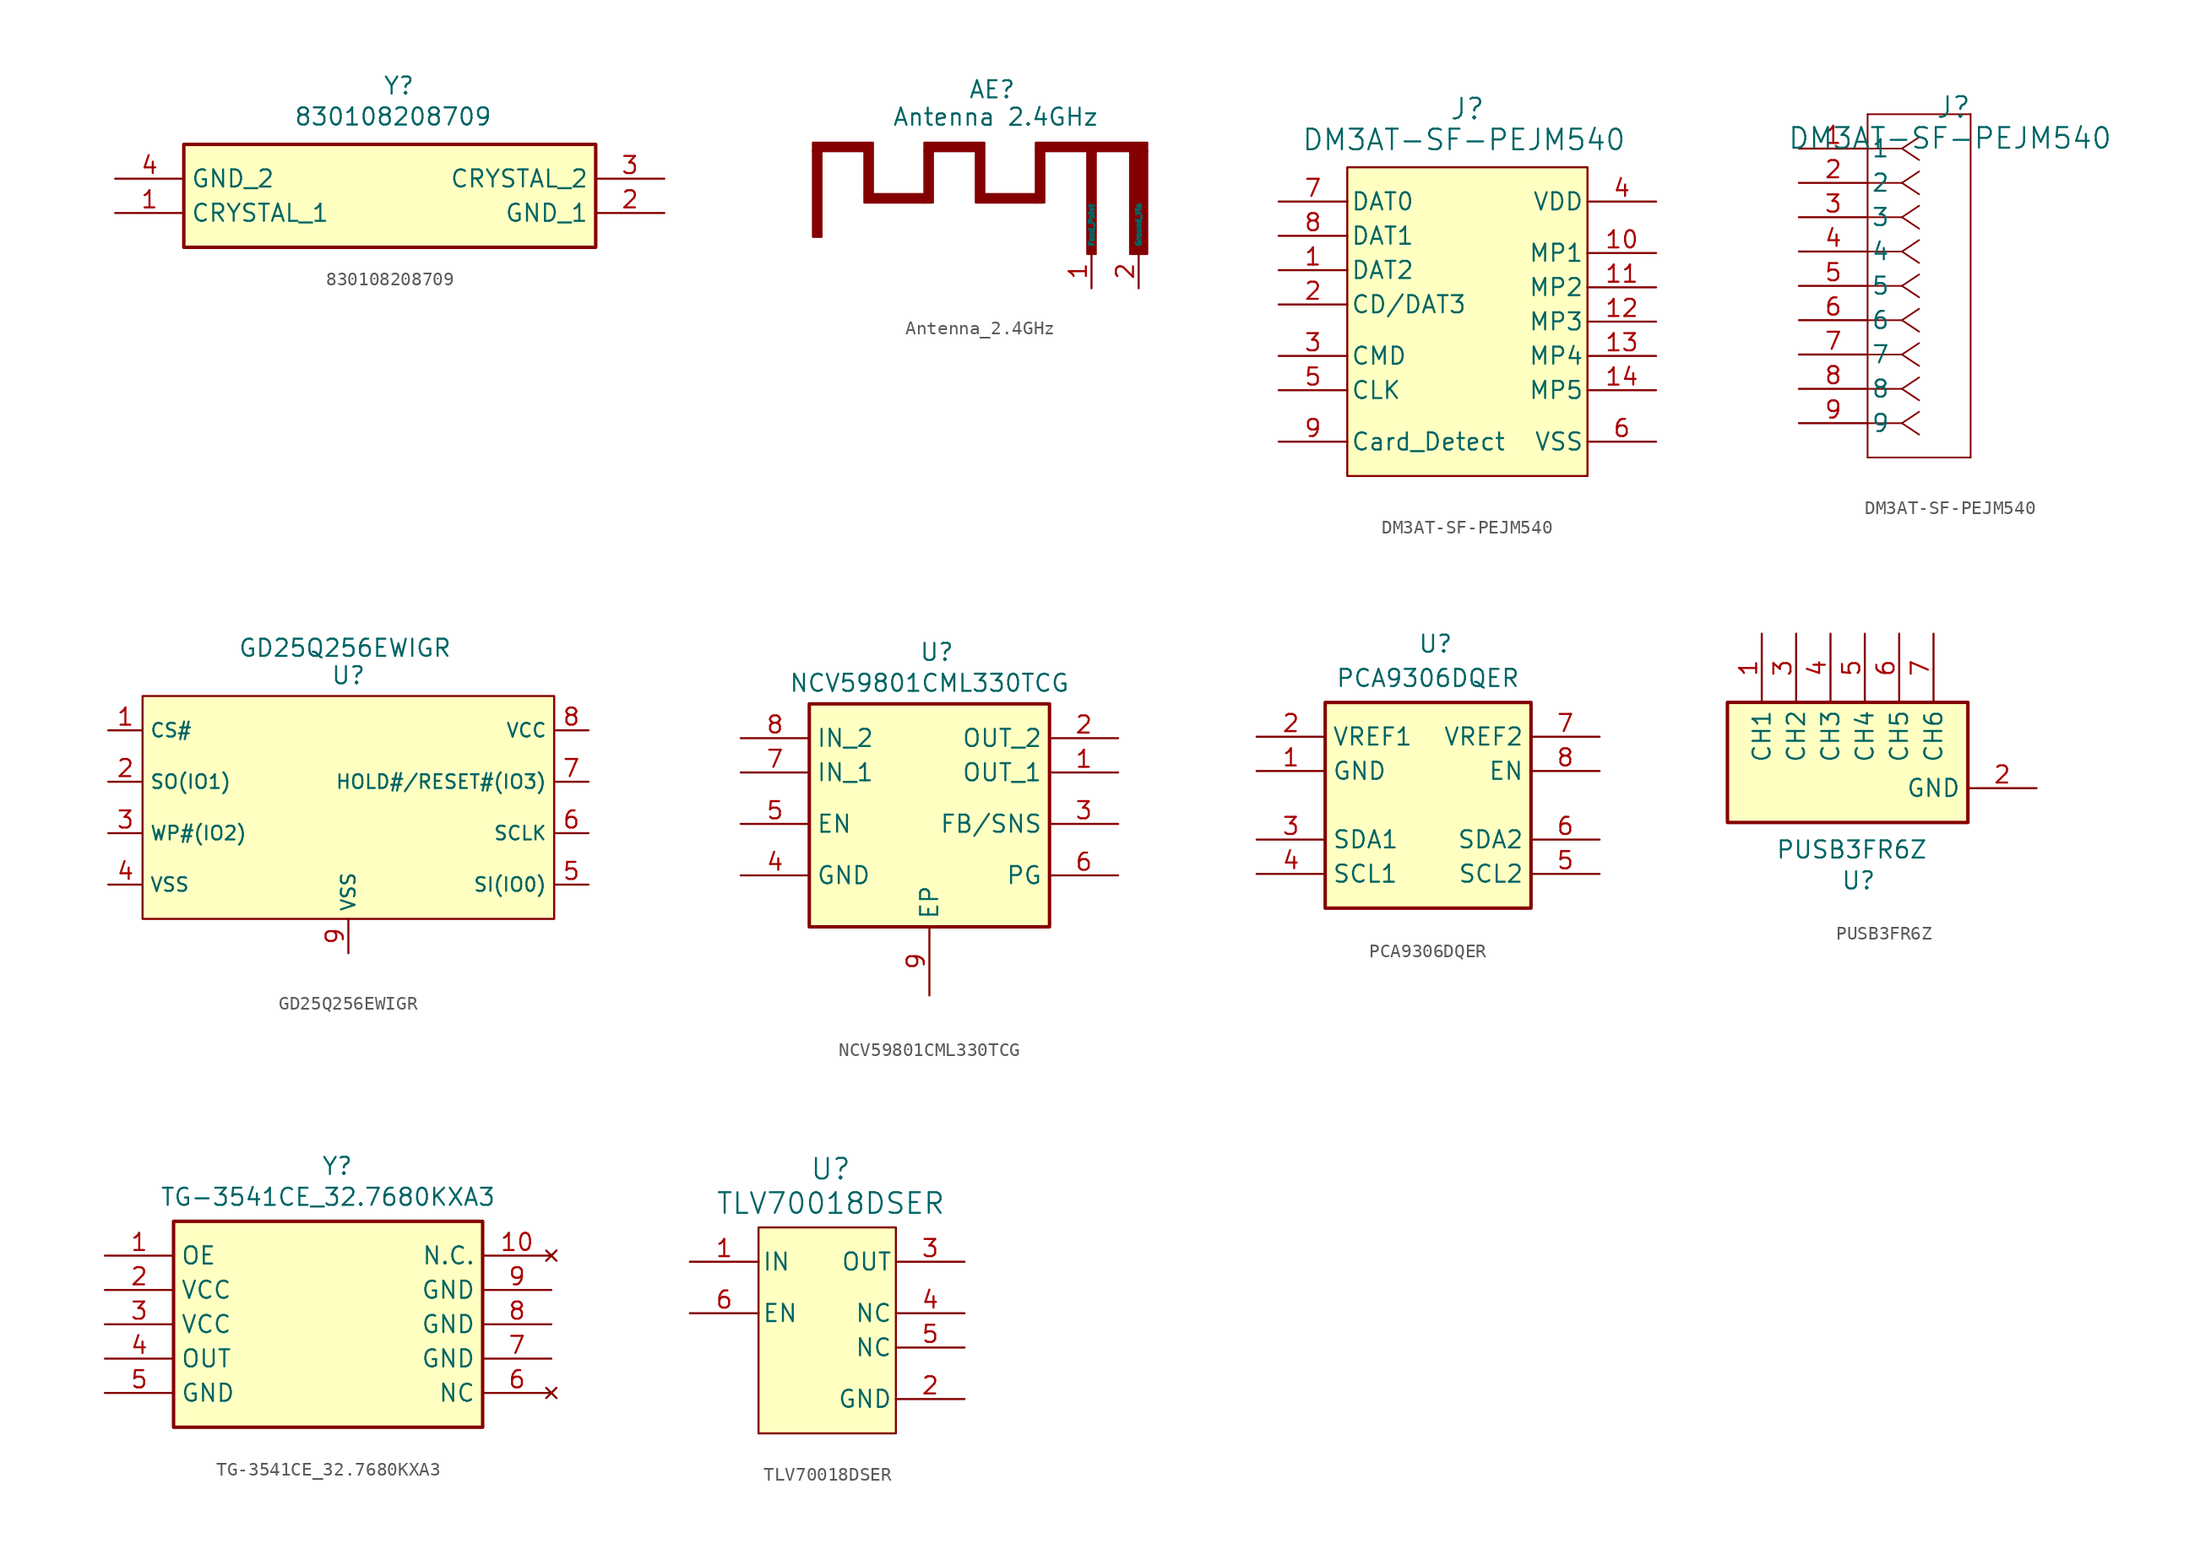
<source format=kicad_sym>
(kicad_symbol_lib
  (version 20231120)
  (generator "kicad_symbol_editor")
  (generator_version "8.0")
  (symbol "830108208709"
    (property "Reference" "Y"
      (at 19.812 7.62 0)
      (effects (font (size 1.27 1.27)) (justify left top)))
    (property "Value" "830108208709"
      (at 13.208 5.334 0)
      (effects (font (size 1.27 1.27)) (justify left top)))
    (symbol "830108208709_1_1"
      (rectangle (start 5.08 2.54) (end 35.56 -5.08) (stroke (width 0.254) (type default)) (fill (type background)))
      (pin passive line (at 0 -2.54 0) (length 5.08) (name "CRYSTAL_1" (effects (font (size 1.27 1.27)))) (number "1" (effects (font (size 1.27 1.27)))))
      (pin passive line (at 40.64 -2.54 180) (length 5.08) (name "GND_1" (effects (font (size 1.27 1.27)))) (number "2" (effects (font (size 1.27 1.27)))))
      (pin passive line (at 40.64 0 180) (length 5.08) (name "CRYSTAL_2" (effects (font (size 1.27 1.27)))) (number "3" (effects (font (size 1.27 1.27)))))
      (pin passive line (at 0 0 0) (length 5.08) (name "GND_2" (effects (font (size 1.27 1.27)))) (number "4" (effects (font (size 1.27 1.27)))))))
  (symbol "Antenna_2.4GHz"
    (property "Reference" "AE"
      (at 12.954 7.112 0)
      (effects (font (size 1.27 1.27))))
    (property "Value" "Antenna 2.4GHz"
      (at 13.208 5.08 0)
      (effects (font (size 1.27 1.27))))
    (symbol "Antenna_2.4GHz_1_1"
      (rectangle (start -0.318 2.54) (end 0.318 -3.81) (stroke (width 0) (type default)) (fill (type outline)))
      (rectangle (start -0.318 3.175) (end 3.493 2.54) (stroke (width 0) (type default)) (fill (type outline)))
      (rectangle (start 3.493 -0.635) (end 7.938 -1.27) (stroke (width 0) (type default)) (fill (type outline)))
      (rectangle (start 3.493 3.175) (end 4.128 -0.635) (stroke (width 0) (type default)) (fill (type outline)))
      (rectangle (start 7.938 2.54) (end 8.572 -1.27) (stroke (width 0) (type default)) (fill (type outline)))
      (rectangle (start 7.938 3.175) (end 11.748 2.54) (stroke (width 0) (type default)) (fill (type outline)))
      (rectangle (start 11.748 -0.635) (end 16.192 -1.27) (stroke (width 0) (type default)) (fill (type outline)))
      (rectangle (start 11.748 3.175) (end 12.383 -0.635) (stroke (width 0) (type default)) (fill (type outline)))
      (rectangle (start 16.192 2.54) (end 16.828 -1.27) (stroke (width 0) (type default)) (fill (type outline)))
      (rectangle (start 16.192 3.175) (end 24.448 2.54) (stroke (width 0) (type default)) (fill (type outline)))
      (rectangle (start 20.003 2.54) (end 20.637 -5.08) (stroke (width 0) (type default)) (fill (type outline)))
      (rectangle (start 23.177 2.54) (end 24.448 -5.08) (stroke (width 0) (type default)) (fill (type outline)))
      (pin bidirectional line (at 20.32 -7.62 90) (length 2.54) (name "Feed_Point" (effects (font (size 0.381 0.381)))) (number "1" (effects (font (size 1.27 1.27)))))
      (pin bidirectional line (at 23.812 -7.62 90) (length 2.54) (name "Ground_Via" (effects (font (size 0.381 0.381)))) (number "2" (effects (font (size 1.27 1.27)))))))
  (symbol "DM3AT-SF-PEJM540"
    (pin_names
      (offset 0.254))
    (property "Reference" "J"
      (at 11.43 3.048 0)
      (effects (font (size 1.524 1.524))))
    (property "Value" "DM3AT-SF-PEJM540"
      (at 11.176 0.762 0)
      (effects (font (size 1.524 1.524))))
    (symbol "DM3AT-SF-PEJM540_1_1"
      (rectangle (start 2.54 -1.27) (end 20.32 -24.13) (stroke (width 0) (type default)) (fill (type background)))
      (pin bidirectional line (at -2.54 -8.89 0) (length 5.08) (name "DAT2" (effects (font (size 1.27 1.27)))) (number "1" (effects (font (size 1.27 1.27)))))
      (pin power_in line (at 25.4 -7.62 180) (length 5.08) (name "MP1" (effects (font (size 1.27 1.27)))) (number "10" (effects (font (size 1.27 1.27)))))
      (pin power_in line (at 25.4 -10.16 180) (length 5.08) (name "MP2" (effects (font (size 1.27 1.27)))) (number "11" (effects (font (size 1.27 1.27)))))
      (pin power_in line (at 25.4 -12.7 180) (length 5.08) (name "MP3" (effects (font (size 1.27 1.27)))) (number "12" (effects (font (size 1.27 1.27)))))
      (pin power_in line (at 25.4 -15.24 180) (length 5.08) (name "MP4" (effects (font (size 1.27 1.27)))) (number "13" (effects (font (size 1.27 1.27)))))
      (pin power_in line (at 25.4 -17.78 180) (length 5.08) (name "MP5" (effects (font (size 1.27 1.27)))) (number "14" (effects (font (size 1.27 1.27)))))
      (pin bidirectional line (at -2.54 -11.43 0) (length 5.08) (name "CD/DAT3" (effects (font (size 1.27 1.27)))) (number "2" (effects (font (size 1.27 1.27)))))
      (pin input line (at -2.54 -15.24 0) (length 5.08) (name "CMD" (effects (font (size 1.27 1.27)))) (number "3" (effects (font (size 1.27 1.27)))))
      (pin power_in line (at 25.4 -3.81 180) (length 5.08) (name "VDD" (effects (font (size 1.27 1.27)))) (number "4" (effects (font (size 1.27 1.27)))))
      (pin input line (at -2.54 -17.78 0) (length 5.08) (name "CLK" (effects (font (size 1.27 1.27)))) (number "5" (effects (font (size 1.27 1.27)))))
      (pin power_in line (at 25.4 -21.59 180) (length 5.08) (name "VSS" (effects (font (size 1.27 1.27)))) (number "6" (effects (font (size 1.27 1.27)))))
      (pin bidirectional line (at -2.54 -3.81 0) (length 5.08) (name "DAT0" (effects (font (size 1.27 1.27)))) (number "7" (effects (font (size 1.27 1.27)))))
      (pin bidirectional line (at -2.54 -6.35 0) (length 5.08) (name "DAT1" (effects (font (size 1.27 1.27)))) (number "8" (effects (font (size 1.27 1.27)))))
      (pin bidirectional line (at -2.54 -21.59 0) (length 5.08) (name "Card_Detect" (effects (font (size 1.27 1.27)))) (number "9" (effects (font (size 1.27 1.27))))))
    (symbol "DM3AT-SF-PEJM540_1_2"
      (polyline (pts (xy 5.08 -22.86) (xy 12.7 -22.86)) (stroke (width 0.127) (type default)) (fill (type none)))
      (polyline (pts (xy 5.08 2.54) (xy 5.08 -22.86)) (stroke (width 0.127) (type default)) (fill (type none)))
      (polyline (pts (xy 7.62 -20.32) (xy 5.08 -20.32)) (stroke (width 0.127) (type default)) (fill (type none)))
      (polyline (pts (xy 7.62 -20.32) (xy 8.89 -21.167)) (stroke (width 0.127) (type default)) (fill (type none)))
      (polyline (pts (xy 7.62 -20.32) (xy 8.89 -19.473)) (stroke (width 0.127) (type default)) (fill (type none)))
      (polyline (pts (xy 7.62 -17.78) (xy 5.08 -17.78)) (stroke (width 0.127) (type default)) (fill (type none)))
      (polyline (pts (xy 7.62 -17.78) (xy 8.89 -18.627)) (stroke (width 0.127) (type default)) (fill (type none)))
      (polyline (pts (xy 7.62 -17.78) (xy 8.89 -16.933)) (stroke (width 0.127) (type default)) (fill (type none)))
      (polyline (pts (xy 7.62 -15.24) (xy 5.08 -15.24)) (stroke (width 0.127) (type default)) (fill (type none)))
      (polyline (pts (xy 7.62 -15.24) (xy 8.89 -16.087)) (stroke (width 0.127) (type default)) (fill (type none)))
      (polyline (pts (xy 7.62 -15.24) (xy 8.89 -14.393)) (stroke (width 0.127) (type default)) (fill (type none)))
      (polyline (pts (xy 7.62 -12.7) (xy 5.08 -12.7)) (stroke (width 0.127) (type default)) (fill (type none)))
      (polyline (pts (xy 7.62 -12.7) (xy 8.89 -13.547)) (stroke (width 0.127) (type default)) (fill (type none)))
      (polyline (pts (xy 7.62 -12.7) (xy 8.89 -11.853)) (stroke (width 0.127) (type default)) (fill (type none)))
      (polyline (pts (xy 7.62 -10.16) (xy 5.08 -10.16)) (stroke (width 0.127) (type default)) (fill (type none)))
      (polyline (pts (xy 7.62 -10.16) (xy 8.89 -11.007)) (stroke (width 0.127) (type default)) (fill (type none)))
      (polyline (pts (xy 7.62 -10.16) (xy 8.89 -9.313)) (stroke (width 0.127) (type default)) (fill (type none)))
      (polyline (pts (xy 7.62 -7.62) (xy 5.08 -7.62)) (stroke (width 0.127) (type default)) (fill (type none)))
      (polyline (pts (xy 7.62 -7.62) (xy 8.89 -8.467)) (stroke (width 0.127) (type default)) (fill (type none)))
      (polyline (pts (xy 7.62 -7.62) (xy 8.89 -6.773)) (stroke (width 0.127) (type default)) (fill (type none)))
      (polyline (pts (xy 7.62 -5.08) (xy 5.08 -5.08)) (stroke (width 0.127) (type default)) (fill (type none)))
      (polyline (pts (xy 7.62 -5.08) (xy 8.89 -5.927)) (stroke (width 0.127) (type default)) (fill (type none)))
      (polyline (pts (xy 7.62 -5.08) (xy 8.89 -4.233)) (stroke (width 0.127) (type default)) (fill (type none)))
      (polyline (pts (xy 7.62 -2.54) (xy 5.08 -2.54)) (stroke (width 0.127) (type default)) (fill (type none)))
      (polyline (pts (xy 7.62 -2.54) (xy 8.89 -3.387)) (stroke (width 0.127) (type default)) (fill (type none)))
      (polyline (pts (xy 7.62 -2.54) (xy 8.89 -1.693)) (stroke (width 0.127) (type default)) (fill (type none)))
      (polyline (pts (xy 7.62 0) (xy 5.08 0)) (stroke (width 0.127) (type default)) (fill (type none)))
      (polyline (pts (xy 7.62 0) (xy 8.89 -0.847)) (stroke (width 0.127) (type default)) (fill (type none)))
      (polyline (pts (xy 7.62 0) (xy 8.89 0.847)) (stroke (width 0.127) (type default)) (fill (type none)))
      (polyline (pts (xy 12.7 -22.86) (xy 12.7 2.54)) (stroke (width 0.127) (type default)) (fill (type none)))
      (polyline (pts (xy 12.7 2.54) (xy 5.08 2.54)) (stroke (width 0.127) (type default)) (fill (type none)))
      (pin unspecified line (at 0 0 0) (length 5.08) (name "1" (effects (font (size 1.27 1.27)))) (number "1" (effects (font (size 1.27 1.27)))))
      (pin unspecified line (at 0 -2.54 0) (length 5.08) (name "2" (effects (font (size 1.27 1.27)))) (number "2" (effects (font (size 1.27 1.27)))))
      (pin unspecified line (at 0 -5.08 0) (length 5.08) (name "3" (effects (font (size 1.27 1.27)))) (number "3" (effects (font (size 1.27 1.27)))))
      (pin unspecified line (at 0 -7.62 0) (length 5.08) (name "4" (effects (font (size 1.27 1.27)))) (number "4" (effects (font (size 1.27 1.27)))))
      (pin unspecified line (at 0 -10.16 0) (length 5.08) (name "5" (effects (font (size 1.27 1.27)))) (number "5" (effects (font (size 1.27 1.27)))))
      (pin unspecified line (at 0 -12.7 0) (length 5.08) (name "6" (effects (font (size 1.27 1.27)))) (number "6" (effects (font (size 1.27 1.27)))))
      (pin unspecified line (at 0 -15.24 0) (length 5.08) (name "7" (effects (font (size 1.27 1.27)))) (number "7" (effects (font (size 1.27 1.27)))))
      (pin unspecified line (at 0 -17.78 0) (length 5.08) (name "8" (effects (font (size 1.27 1.27)))) (number "8" (effects (font (size 1.27 1.27)))))
      (pin unspecified line (at 0 -20.32 0) (length 5.08) (name "9" (effects (font (size 1.27 1.27)))) (number "9" (effects (font (size 1.27 1.27)))))))
  (symbol "GD25Q256EWIGR"
    (property "Reference" "U"
      (at 0 9.144 0)
      (effects (font (size 1.27 1.27))))
    (property "Value" "GD25Q256EWIGR"
      (at -0.254 11.176 0)
      (effects (font (size 1.27 1.27))))
    (symbol "GD25Q256EWIGR_1_1"
      (rectangle (start -15.24 7.62) (end 15.24 -8.89) (stroke (width 0) (type default)) (fill (type background)))
      (pin input line (at -17.78 5.08 0) (length 2.54) (name "CS#" (effects (font (size 1.016 1.016)))) (number "1" (effects (font (size 1.27 1.27)))))
      (pin bidirectional line (at -17.78 1.27 0) (length 2.54) (name "SO(IO1)" (effects (font (size 1.016 1.016)))) (number "2" (effects (font (size 1.27 1.27)))))
      (pin bidirectional line (at -17.78 -2.54 0) (length 2.54) (name "WP#(IO2)" (effects (font (size 1.016 1.016)))) (number "3" (effects (font (size 1.27 1.27)))))
      (pin power_in line (at -17.78 -6.35 0) (length 2.54) (name "VSS" (effects (font (size 1.016 1.016)))) (number "4" (effects (font (size 1.27 1.27)))))
      (pin bidirectional line (at 17.78 -6.35 180) (length 2.54) (name "SI(IO0)" (effects (font (size 1.016 1.016)))) (number "5" (effects (font (size 1.27 1.27)))))
      (pin input line (at 17.78 -2.54 180) (length 2.54) (name "SCLK" (effects (font (size 1.016 1.016)))) (number "6" (effects (font (size 1.27 1.27)))))
      (pin bidirectional line (at 17.78 1.27 180) (length 2.54) (name "HOLD#/RESET#(IO3)" (effects (font (size 1.016 1.016)))) (number "7" (effects (font (size 1.27 1.27)))))
      (pin power_in line (at 17.78 5.08 180) (length 2.54) (name "VCC" (effects (font (size 1.016 1.016)))) (number "8" (effects (font (size 1.27 1.27)))))
      (pin power_in line (at 0 -11.43 90) (length 2.54) (name "VSS" (effects (font (size 1.016 1.016)))) (number "9" (effects (font (size 1.27 1.27)))))))
  (symbol "NCV59801CML330TCG"
    (property "Reference" "U"
      (at 14.478 7.112 0)
      (effects (font (size 1.27 1.27)) (justify left top)))
    (property "Value" "NCV59801CML330TCG"
      (at 4.826 4.826 0)
      (effects (font (size 1.27 1.27)) (justify left top)))
    (symbol "NCV59801CML330TCG_1_1"
      (rectangle (start 6.35 2.54) (end 24.13 -13.97) (stroke (width 0.254) (type default)) (fill (type background)))
      (pin power_out line (at 29.21 -2.54 180) (length 5.08) (name "OUT_1" (effects (font (size 1.27 1.27)))) (number "1" (effects (font (size 1.27 1.27)))))
      (pin power_out line (at 29.21 0 180) (length 5.08) (name "OUT_2" (effects (font (size 1.27 1.27)))) (number "2" (effects (font (size 1.27 1.27)))))
      (pin bidirectional line (at 29.21 -6.35 180) (length 5.08) (name "FB/SNS" (effects (font (size 1.27 1.27)))) (number "3" (effects (font (size 1.27 1.27)))))
      (pin power_in line (at 1.27 -10.16 0) (length 5.08) (name "GND" (effects (font (size 1.27 1.27)))) (number "4" (effects (font (size 1.27 1.27)))))
      (pin input line (at 1.27 -6.35 0) (length 5.08) (name "EN" (effects (font (size 1.27 1.27)))) (number "5" (effects (font (size 1.27 1.27)))))
      (pin open_collector line (at 29.21 -10.16 180) (length 5.08) (name "PG" (effects (font (size 1.27 1.27)))) (number "6" (effects (font (size 1.27 1.27)))))
      (pin power_in line (at 1.27 -2.54 0) (length 5.08) (name "IN_1" (effects (font (size 1.27 1.27)))) (number "7" (effects (font (size 1.27 1.27)))))
      (pin power_in line (at 1.27 0 0) (length 5.08) (name "IN_2" (effects (font (size 1.27 1.27)))) (number "8" (effects (font (size 1.27 1.27)))))
      (pin power_in line (at 15.24 -19.05 90) (length 5.08) (name "EP" (effects (font (size 1.27 1.27)))) (number "9" (effects (font (size 1.27 1.27)))))))
  (symbol "PCA9306DQER"
    (property "Reference" "U"
      (at 14.478 7.62 0)
      (effects (font (size 1.27 1.27)) (justify left top)))
    (property "Value" "PCA9306DQER"
      (at 8.382 5.08 0)
      (effects (font (size 1.27 1.27)) (justify left top)))
    (symbol "PCA9306DQER_1_1"
      (rectangle (start 7.62 2.54) (end 22.86 -12.7) (stroke (width 0.254) (type default)) (fill (type background)))
      (pin passive line (at 2.54 -2.54 0) (length 5.08) (name "GND" (effects (font (size 1.27 1.27)))) (number "1" (effects (font (size 1.27 1.27)))))
      (pin passive line (at 2.54 0 0) (length 5.08) (name "VREF1" (effects (font (size 1.27 1.27)))) (number "2" (effects (font (size 1.27 1.27)))))
      (pin passive line (at 2.54 -7.62 0) (length 5.08) (name "SDA1" (effects (font (size 1.27 1.27)))) (number "3" (effects (font (size 1.27 1.27)))))
      (pin passive line (at 2.54 -10.16 0) (length 5.08) (name "SCL1" (effects (font (size 1.27 1.27)))) (number "4" (effects (font (size 1.27 1.27)))))
      (pin passive line (at 27.94 -10.16 180) (length 5.08) (name "SCL2" (effects (font (size 1.27 1.27)))) (number "5" (effects (font (size 1.27 1.27)))))
      (pin passive line (at 27.94 -7.62 180) (length 5.08) (name "SDA2" (effects (font (size 1.27 1.27)))) (number "6" (effects (font (size 1.27 1.27)))))
      (pin passive line (at 27.94 0 180) (length 5.08) (name "VREF2" (effects (font (size 1.27 1.27)))) (number "7" (effects (font (size 1.27 1.27)))))
      (pin passive line (at 27.94 -2.54 180) (length 5.08) (name "EN" (effects (font (size 1.27 1.27)))) (number "8" (effects (font (size 1.27 1.27)))))))
  (symbol "PUSB3FR6Z"
    (property "Reference" "U"
      (at 12.192 -9.906 0)
      (effects (font (size 1.27 1.27)) (justify left top)))
    (property "Value" "PUSB3FR6Z"
      (at 7.366 -7.62 0)
      (effects (font (size 1.27 1.27)) (justify left top)))
    (symbol "PUSB3FR6Z_1_1"
      (rectangle (start 3.81 2.54) (end 21.59 -6.35) (stroke (width 0.254) (type default)) (fill (type background)))
      (pin passive line (at 6.35 7.62 270) (length 5.08) (name "CH1" (effects (font (size 1.27 1.27)))) (number "1" (effects (font (size 1.27 1.27)))))
      (pin passive line (at 26.67 -3.81 180) (length 5.08) (name "GND" (effects (font (size 1.27 1.27)))) (number "2" (effects (font (size 1.27 1.27)))))
      (pin passive line (at 8.89 7.62 270) (length 5.08) (name "CH2" (effects (font (size 1.27 1.27)))) (number "3" (effects (font (size 1.27 1.27)))))
      (pin passive line (at 11.43 7.62 270) (length 5.08) (name "CH3" (effects (font (size 1.27 1.27)))) (number "4" (effects (font (size 1.27 1.27)))))
      (pin passive line (at 13.97 7.62 270) (length 5.08) (name "CH4" (effects (font (size 1.27 1.27)))) (number "5" (effects (font (size 1.27 1.27)))))
      (pin passive line (at 16.51 7.62 270) (length 5.08) (name "CH5" (effects (font (size 1.27 1.27)))) (number "6" (effects (font (size 1.27 1.27)))))
      (pin passive line (at 19.05 7.62 270) (length 5.08) (name "CH6" (effects (font (size 1.27 1.27)))) (number "7" (effects (font (size 1.27 1.27)))))))
  (symbol "TG-3541CE_32.7680KXA3"
    (property "Reference" "Y"
      (at 16.002 7.366 0)
      (effects (font (size 1.27 1.27)) (justify left top)))
    (property "Value" "TG-3541CE_32.7680KXA3"
      (at 4.064 5.08 0)
      (effects (font (size 1.27 1.27)) (justify left top)))
    (symbol "TG-3541CE_32.7680KXA3_1_1"
      (rectangle (start 5.08 2.54) (end 27.94 -12.7) (stroke (width 0.254) (type default)) (fill (type background)))
      (pin input line (at 0 0 0) (length 5.08) (name "OE" (effects (font (size 1.27 1.27)))) (number "1" (effects (font (size 1.27 1.27)))))
      (pin no_connect line (at 33.02 0 180) (length 5.08) (name "N.C." (effects (font (size 1.27 1.27)))) (number "10" (effects (font (size 1.27 1.27)))))
      (pin power_in line (at 0 -2.54 0) (length 5.08) (name "VCC" (effects (font (size 1.27 1.27)))) (number "2" (effects (font (size 1.27 1.27)))))
      (pin power_in line (at 0 -5.08 0) (length 5.08) (name "VCC" (effects (font (size 1.27 1.27)))) (number "3" (effects (font (size 1.27 1.27)))))
      (pin output line (at 0 -7.62 0) (length 5.08) (name "OUT" (effects (font (size 1.27 1.27)))) (number "4" (effects (font (size 1.27 1.27)))))
      (pin power_in line (at 0 -10.16 0) (length 5.08) (name "GND" (effects (font (size 1.27 1.27)))) (number "5" (effects (font (size 1.27 1.27)))))
      (pin no_connect line (at 33.02 -10.16 180) (length 5.08) (name "NC" (effects (font (size 1.27 1.27)))) (number "6" (effects (font (size 1.27 1.27)))))
      (pin power_in line (at 33.02 -7.62 180) (length 5.08) (name "GND" (effects (font (size 1.27 1.27)))) (number "7" (effects (font (size 1.27 1.27)))))
      (pin power_in line (at 33.02 -5.08 180) (length 5.08) (name "GND" (effects (font (size 1.27 1.27)))) (number "8" (effects (font (size 1.27 1.27)))))
      (pin power_in line (at 33.02 -2.54 180) (length 5.08) (name "GND" (effects (font (size 1.27 1.27)))) (number "9" (effects (font (size 1.27 1.27)))))))
  (symbol "TLV70018DSER"
    (pin_names
      (offset 0.254))
    (property "Reference" "U"
      (at 0.254 10.668 0)
      (effects (font (size 1.524 1.524))))
    (property "Value" "TLV70018DSER"
      (at 0.254 8.128 0)
      (effects (font (size 1.524 1.524))))
    (symbol "TLV70018DSER_0_1"
      (pin power_in line (at -10.16 3.81 0) (length 5.08) (name "IN" (effects (font (size 1.27 1.27)))) (number "1" (effects (font (size 1.27 1.27)))))
      (pin power_in line (at 10.16 -6.35 180) (length 5.08) (name "GND" (effects (font (size 1.27 1.27)))) (number "2" (effects (font (size 1.27 1.27)))))
      (pin power_in line (at 10.16 3.81 180) (length 5.08) (name "OUT" (effects (font (size 1.27 1.27)))) (number "3" (effects (font (size 1.27 1.27)))))
      (pin input line (at -10.16 0 0) (length 5.08) (name "EN" (effects (font (size 1.27 1.27)))) (number "6" (effects (font (size 1.27 1.27))))))
    (symbol "TLV70018DSER_1_1"
      (rectangle (start -5.08 6.35) (end 5.08 -8.89) (stroke (width 0) (type default)) (fill (type background)))
      (pin power_in line (at 10.16 0 180) (length 5.08) (name "NC" (effects (font (size 1.27 1.27)))) (number "4" (effects (font (size 1.27 1.27)))))
      (pin power_in line (at 10.16 -2.54 180) (length 5.08) (name "NC" (effects (font (size 1.27 1.27)))) (number "5" (effects (font (size 1.27 1.27))))))))
</source>
